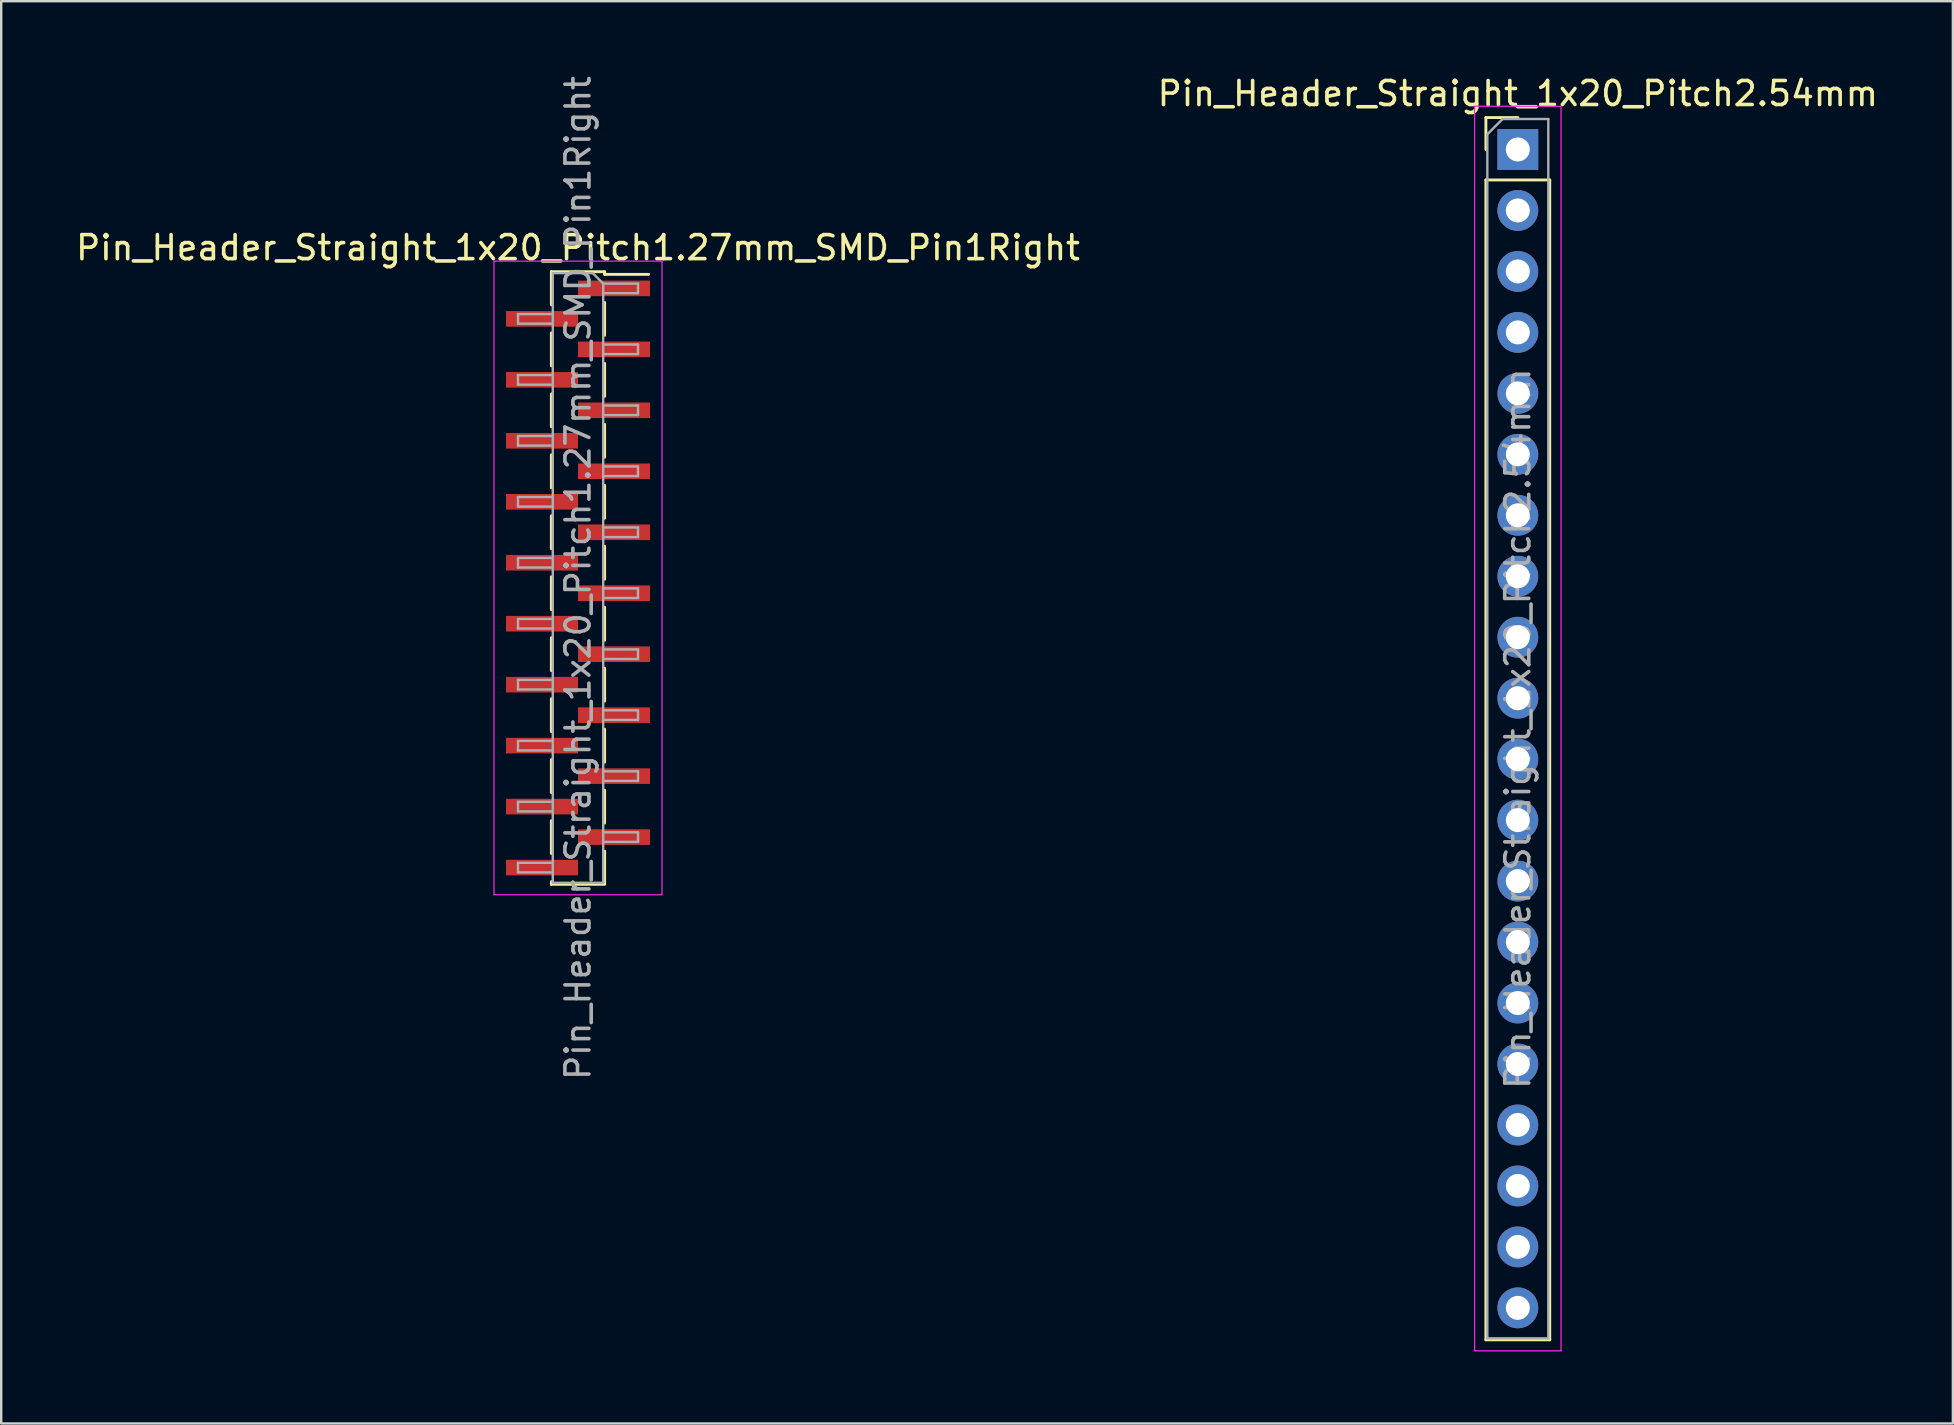
<source format=kicad_pcb>
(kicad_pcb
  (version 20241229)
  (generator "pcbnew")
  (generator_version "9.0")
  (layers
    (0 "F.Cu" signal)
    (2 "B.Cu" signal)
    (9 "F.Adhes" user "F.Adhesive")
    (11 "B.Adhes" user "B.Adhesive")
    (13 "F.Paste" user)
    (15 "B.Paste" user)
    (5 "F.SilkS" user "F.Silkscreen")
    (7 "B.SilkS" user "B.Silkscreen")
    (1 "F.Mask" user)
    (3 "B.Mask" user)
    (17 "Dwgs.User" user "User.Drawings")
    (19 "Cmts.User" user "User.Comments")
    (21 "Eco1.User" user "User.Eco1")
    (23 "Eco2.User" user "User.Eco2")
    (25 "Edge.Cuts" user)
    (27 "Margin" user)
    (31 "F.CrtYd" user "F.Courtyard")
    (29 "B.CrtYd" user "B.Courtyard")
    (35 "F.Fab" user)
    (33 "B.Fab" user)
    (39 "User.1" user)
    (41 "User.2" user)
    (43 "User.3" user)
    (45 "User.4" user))
  (footprint "Pin_Header_Straight_1x20_Pitch2.54mm"
    (layer "F.Cu")
    (at 60.185 3.178)
    (property "Reference" "Pin_Header_Straight_1x20_Pitch2.54mm" (at 0 -2.33 0) (layer "F.SilkS") (effects (font (size 1 1) (thickness 0.15))))
    (attr through_hole)
    (fp_line (start -1.33 -1.33) (end 0 -1.33) (stroke (width 0.12) (type solid)) (layer "F.SilkS"))
    (fp_line (start -1.33 0) (end -1.33 -1.33) (stroke (width 0.12) (type solid)) (layer "F.SilkS"))
    (fp_line (start -1.33 1.27) (end -1.33 49.59) (stroke (width 0.12) (type solid)) (layer "F.SilkS"))
    (fp_line (start -1.33 1.27) (end 1.33 1.27) (stroke (width 0.12) (type solid)) (layer "F.SilkS"))
    (fp_line (start -1.33 49.59) (end 1.33 49.59) (stroke (width 0.12) (type solid)) (layer "F.SilkS"))
    (fp_line (start 1.33 1.27) (end 1.33 49.59) (stroke (width 0.12) (type solid)) (layer "F.SilkS"))
    (fp_line (start -1.8 -1.8) (end -1.8 50.05) (stroke (width 0.05) (type solid)) (layer "F.CrtYd"))
    (fp_line (start -1.8 50.05) (end 1.8 50.05) (stroke (width 0.05) (type solid)) (layer "F.CrtYd"))
    (fp_line (start 1.8 -1.8) (end -1.8 -1.8) (stroke (width 0.05) (type solid)) (layer "F.CrtYd"))
    (fp_line (start 1.8 50.05) (end 1.8 -1.8) (stroke (width 0.05) (type solid)) (layer "F.CrtYd"))
    (fp_line (start -1.27 -0.635) (end -0.635 -1.27) (stroke (width 0.1) (type solid)) (layer "F.Fab"))
    (fp_line (start -1.27 49.53) (end -1.27 -0.635) (stroke (width 0.1) (type solid)) (layer "F.Fab"))
    (fp_line (start -0.635 -1.27) (end 1.27 -1.27) (stroke (width 0.1) (type solid)) (layer "F.Fab"))
    (fp_line (start 1.27 -1.27) (end 1.27 49.53) (stroke (width 0.1) (type solid)) (layer "F.Fab"))
    (fp_line (start 1.27 49.53) (end -1.27 49.53) (stroke (width 0.1) (type solid)) (layer "F.Fab"))
    (fp_text user "${REFERENCE}" (at 0 24.13 90) (layer "F.Fab") (effects (font (size 1 1) (thickness 0.15))))
    (pad "1" thru_hole rect (at 0 0) (size 1.7 1.7) (drill 1) (layers "*.Cu" "*.Mask"))
    (pad "2" thru_hole oval (at 0 2.54) (size 1.7 1.7) (drill 1) (layers "*.Cu" "*.Mask"))
    (pad "3" thru_hole oval (at 0 5.08) (size 1.7 1.7) (drill 1) (layers "*.Cu" "*.Mask"))
    (pad "4" thru_hole oval (at 0 7.62) (size 1.7 1.7) (drill 1) (layers "*.Cu" "*.Mask"))
    (pad "5" thru_hole oval (at 0 10.16) (size 1.7 1.7) (drill 1) (layers "*.Cu" "*.Mask"))
    (pad "6" thru_hole oval (at 0 12.7) (size 1.7 1.7) (drill 1) (layers "*.Cu" "*.Mask"))
    (pad "7" thru_hole oval (at 0 15.24) (size 1.7 1.7) (drill 1) (layers "*.Cu" "*.Mask"))
    (pad "8" thru_hole oval (at 0 17.78) (size 1.7 1.7) (drill 1) (layers "*.Cu" "*.Mask"))
    (pad "9" thru_hole oval (at 0 20.32) (size 1.7 1.7) (drill 1) (layers "*.Cu" "*.Mask"))
    (pad "10" thru_hole oval (at 0 22.86) (size 1.7 1.7) (drill 1) (layers "*.Cu" "*.Mask"))
    (pad "11" thru_hole oval (at 0 25.4) (size 1.7 1.7) (drill 1) (layers "*.Cu" "*.Mask"))
    (pad "12" thru_hole oval (at 0 27.94) (size 1.7 1.7) (drill 1) (layers "*.Cu" "*.Mask"))
    (pad "13" thru_hole oval (at 0 30.48) (size 1.7 1.7) (drill 1) (layers "*.Cu" "*.Mask"))
    (pad "14" thru_hole oval (at 0 33.02) (size 1.7 1.7) (drill 1) (layers "*.Cu" "*.Mask"))
    (pad "15" thru_hole oval (at 0 35.56) (size 1.7 1.7) (drill 1) (layers "*.Cu" "*.Mask"))
    (pad "16" thru_hole oval (at 0 38.1) (size 1.7 1.7) (drill 1) (layers "*.Cu" "*.Mask"))
    (pad "17" thru_hole oval (at 0 40.64) (size 1.7 1.7) (drill 1) (layers "*.Cu" "*.Mask"))
    (pad "18" thru_hole oval (at 0 43.18) (size 1.7 1.7) (drill 1) (layers "*.Cu" "*.Mask"))
    (pad "19" thru_hole oval (at 0 45.72) (size 1.7 1.7) (drill 1) (layers "*.Cu" "*.Mask"))
    (pad "20" thru_hole oval (at 0 48.26) (size 1.7 1.7) (drill 1) (layers "*.Cu" "*.Mask")))
  (footprint "Pin_Header_Straight_1x20_Pitch1.27mm_SMD_Pin1Right"
    (layer "F.Cu")
    (at 21.03 21.03)
    (property "Reference" "Pin_Header_Straight_1x20_Pitch1.27mm_SMD_Pin1Right" (at 0 -13.76 0) (layer "F.SilkS") (effects (font (size 1 1) (thickness 0.15))))
    (attr smd)
    (fp_line (start -1.11 -12.76) (end 1.11 -12.76) (stroke (width 0.12) (type solid)) (layer "F.SilkS"))
    (fp_line (start -1.11 -12.75) (end -1.11 -11.38) (stroke (width 0.12) (type solid)) (layer "F.SilkS"))
    (fp_line (start -1.11 -10.21) (end -1.11 -8.84) (stroke (width 0.12) (type solid)) (layer "F.SilkS"))
    (fp_line (start -1.11 -7.67) (end -1.11 -6.3) (stroke (width 0.12) (type solid)) (layer "F.SilkS"))
    (fp_line (start -1.11 -5.13) (end -1.11 -3.76) (stroke (width 0.12) (type solid)) (layer "F.SilkS"))
    (fp_line (start -1.11 -2.59) (end -1.11 -1.22) (stroke (width 0.12) (type solid)) (layer "F.SilkS"))
    (fp_line (start -1.11 -0.05) (end -1.11 1.32) (stroke (width 0.12) (type solid)) (layer "F.SilkS"))
    (fp_line (start -1.11 2.49) (end -1.11 3.86) (stroke (width 0.12) (type solid)) (layer "F.SilkS"))
    (fp_line (start -1.11 5.03) (end -1.11 6.4) (stroke (width 0.12) (type solid)) (layer "F.SilkS"))
    (fp_line (start -1.11 7.57) (end -1.11 8.94) (stroke (width 0.12) (type solid)) (layer "F.SilkS"))
    (fp_line (start -1.11 10.11) (end -1.11 11.48) (stroke (width 0.12) (type solid)) (layer "F.SilkS"))
    (fp_line (start -1.11 12.65) (end -1.11 12.76) (stroke (width 0.12) (type solid)) (layer "F.SilkS"))
    (fp_line (start -1.11 12.76) (end 1.11 12.76) (stroke (width 0.12) (type solid)) (layer "F.SilkS"))
    (fp_line (start 1.11 -12.76) (end 1.11 -12.65) (stroke (width 0.12) (type solid)) (layer "F.SilkS"))
    (fp_line (start 1.11 -12.65) (end 2.94 -12.65) (stroke (width 0.12) (type solid)) (layer "F.SilkS"))
    (fp_line (start 1.11 -11.48) (end 1.11 -10.11) (stroke (width 0.12) (type solid)) (layer "F.SilkS"))
    (fp_line (start 1.11 -8.94) (end 1.11 -7.57) (stroke (width 0.12) (type solid)) (layer "F.SilkS"))
    (fp_line (start 1.11 -6.4) (end 1.11 -5.03) (stroke (width 0.12) (type solid)) (layer "F.SilkS"))
    (fp_line (start 1.11 -3.86) (end 1.11 -2.49) (stroke (width 0.12) (type solid)) (layer "F.SilkS"))
    (fp_line (start 1.11 -1.32) (end 1.11 0.05) (stroke (width 0.12) (type solid)) (layer "F.SilkS"))
    (fp_line (start 1.11 1.22) (end 1.11 2.59) (stroke (width 0.12) (type solid)) (layer "F.SilkS"))
    (fp_line (start 1.11 3.76) (end 1.11 5.13) (stroke (width 0.12) (type solid)) (layer "F.SilkS"))
    (fp_line (start 1.11 6.3) (end 1.11 7.67) (stroke (width 0.12) (type solid)) (layer "F.SilkS"))
    (fp_line (start 1.11 8.84) (end 1.11 10.21) (stroke (width 0.12) (type solid)) (layer "F.SilkS"))
    (fp_line (start 1.11 11.38) (end 1.11 12.75) (stroke (width 0.12) (type solid)) (layer "F.SilkS"))
    (fp_line (start -3.5 -13.2) (end -3.5 13.2) (stroke (width 0.05) (type solid)) (layer "F.CrtYd"))
    (fp_line (start -3.5 13.2) (end 3.5 13.2) (stroke (width 0.05) (type solid)) (layer "F.CrtYd"))
    (fp_line (start 3.5 -13.2) (end -3.5 -13.2) (stroke (width 0.05) (type solid)) (layer "F.CrtYd"))
    (fp_line (start 3.5 13.2) (end 3.5 -13.2) (stroke (width 0.05) (type solid)) (layer "F.CrtYd"))
    (fp_line (start -2.5 -10.995) (end -2.5 -10.595) (stroke (width 0.1) (type solid)) (layer "F.Fab"))
    (fp_line (start -2.5 -10.595) (end -1.05 -10.595) (stroke (width 0.1) (type solid)) (layer "F.Fab"))
    (fp_line (start -2.5 -8.455) (end -2.5 -8.055) (stroke (width 0.1) (type solid)) (layer "F.Fab"))
    (fp_line (start -2.5 -8.055) (end -1.05 -8.055) (stroke (width 0.1) (type solid)) (layer "F.Fab"))
    (fp_line (start -2.5 -5.915) (end -2.5 -5.515) (stroke (width 0.1) (type solid)) (layer "F.Fab"))
    (fp_line (start -2.5 -5.515) (end -1.05 -5.515) (stroke (width 0.1) (type solid)) (layer "F.Fab"))
    (fp_line (start -2.5 -3.375) (end -2.5 -2.975) (stroke (width 0.1) (type solid)) (layer "F.Fab"))
    (fp_line (start -2.5 -2.975) (end -1.05 -2.975) (stroke (width 0.1) (type solid)) (layer "F.Fab"))
    (fp_line (start -2.5 -0.835) (end -2.5 -0.435) (stroke (width 0.1) (type solid)) (layer "F.Fab"))
    (fp_line (start -2.5 -0.435) (end -1.05 -0.435) (stroke (width 0.1) (type solid)) (layer "F.Fab"))
    (fp_line (start -2.5 1.705) (end -2.5 2.105) (stroke (width 0.1) (type solid)) (layer "F.Fab"))
    (fp_line (start -2.5 2.105) (end -1.05 2.105) (stroke (width 0.1) (type solid)) (layer "F.Fab"))
    (fp_line (start -2.5 4.245) (end -2.5 4.645) (stroke (width 0.1) (type solid)) (layer "F.Fab"))
    (fp_line (start -2.5 4.645) (end -1.05 4.645) (stroke (width 0.1) (type solid)) (layer "F.Fab"))
    (fp_line (start -2.5 6.785) (end -2.5 7.185) (stroke (width 0.1) (type solid)) (layer "F.Fab"))
    (fp_line (start -2.5 7.185) (end -1.05 7.185) (stroke (width 0.1) (type solid)) (layer "F.Fab"))
    (fp_line (start -2.5 9.325) (end -2.5 9.725) (stroke (width 0.1) (type solid)) (layer "F.Fab"))
    (fp_line (start -2.5 9.725) (end -1.05 9.725) (stroke (width 0.1) (type solid)) (layer "F.Fab"))
    (fp_line (start -2.5 11.865) (end -2.5 12.265) (stroke (width 0.1) (type solid)) (layer "F.Fab"))
    (fp_line (start -2.5 12.265) (end -1.05 12.265) (stroke (width 0.1) (type solid)) (layer "F.Fab"))
    (fp_line (start -1.05 -12.7) (end -1.05 12.7) (stroke (width 0.1) (type solid)) (layer "F.Fab"))
    (fp_line (start -1.05 -12.7) (end 0.615 -12.7) (stroke (width 0.1) (type solid)) (layer "F.Fab"))
    (fp_line (start -1.05 -10.995) (end -2.5 -10.995) (stroke (width 0.1) (type solid)) (layer "F.Fab"))
    (fp_line (start -1.05 -8.455) (end -2.5 -8.455) (stroke (width 0.1) (type solid)) (layer "F.Fab"))
    (fp_line (start -1.05 -5.915) (end -2.5 -5.915) (stroke (width 0.1) (type solid)) (layer "F.Fab"))
    (fp_line (start -1.05 -3.375) (end -2.5 -3.375) (stroke (width 0.1) (type solid)) (layer "F.Fab"))
    (fp_line (start -1.05 -0.835) (end -2.5 -0.835) (stroke (width 0.1) (type solid)) (layer "F.Fab"))
    (fp_line (start -1.05 1.705) (end -2.5 1.705) (stroke (width 0.1) (type solid)) (layer "F.Fab"))
    (fp_line (start -1.05 4.245) (end -2.5 4.245) (stroke (width 0.1) (type solid)) (layer "F.Fab"))
    (fp_line (start -1.05 6.785) (end -2.5 6.785) (stroke (width 0.1) (type solid)) (layer "F.Fab"))
    (fp_line (start -1.05 9.325) (end -2.5 9.325) (stroke (width 0.1) (type solid)) (layer "F.Fab"))
    (fp_line (start -1.05 11.865) (end -2.5 11.865) (stroke (width 0.1) (type solid)) (layer "F.Fab"))
    (fp_line (start 1.05 -12.265) (end 0.615 -12.7) (stroke (width 0.1) (type solid)) (layer "F.Fab"))
    (fp_line (start 1.05 -12.265) (end 2.5 -12.265) (stroke (width 0.1) (type solid)) (layer "F.Fab"))
    (fp_line (start 1.05 -9.725) (end 2.5 -9.725) (stroke (width 0.1) (type solid)) (layer "F.Fab"))
    (fp_line (start 1.05 -7.185) (end 2.5 -7.185) (stroke (width 0.1) (type solid)) (layer "F.Fab"))
    (fp_line (start 1.05 -4.645) (end 2.5 -4.645) (stroke (width 0.1) (type solid)) (layer "F.Fab"))
    (fp_line (start 1.05 -2.105) (end 2.5 -2.105) (stroke (width 0.1) (type solid)) (layer "F.Fab"))
    (fp_line (start 1.05 0.435) (end 2.5 0.435) (stroke (width 0.1) (type solid)) (layer "F.Fab"))
    (fp_line (start 1.05 2.975) (end 2.5 2.975) (stroke (width 0.1) (type solid)) (layer "F.Fab"))
    (fp_line (start 1.05 5.515) (end 2.5 5.515) (stroke (width 0.1) (type solid)) (layer "F.Fab"))
    (fp_line (start 1.05 8.055) (end 2.5 8.055) (stroke (width 0.1) (type solid)) (layer "F.Fab"))
    (fp_line (start 1.05 10.595) (end 2.5 10.595) (stroke (width 0.1) (type solid)) (layer "F.Fab"))
    (fp_line (start 1.05 12.7) (end -1.05 12.7) (stroke (width 0.1) (type solid)) (layer "F.Fab"))
    (fp_line (start 1.05 12.7) (end 1.05 -12.265) (stroke (width 0.1) (type solid)) (layer "F.Fab"))
    (fp_line (start 2.5 -12.265) (end 2.5 -11.865) (stroke (width 0.1) (type solid)) (layer "F.Fab"))
    (fp_line (start 2.5 -11.865) (end 1.05 -11.865) (stroke (width 0.1) (type solid)) (layer "F.Fab"))
    (fp_line (start 2.5 -9.725) (end 2.5 -9.325) (stroke (width 0.1) (type solid)) (layer "F.Fab"))
    (fp_line (start 2.5 -9.325) (end 1.05 -9.325) (stroke (width 0.1) (type solid)) (layer "F.Fab"))
    (fp_line (start 2.5 -7.185) (end 2.5 -6.785) (stroke (width 0.1) (type solid)) (layer "F.Fab"))
    (fp_line (start 2.5 -6.785) (end 1.05 -6.785) (stroke (width 0.1) (type solid)) (layer "F.Fab"))
    (fp_line (start 2.5 -4.645) (end 2.5 -4.245) (stroke (width 0.1) (type solid)) (layer "F.Fab"))
    (fp_line (start 2.5 -4.245) (end 1.05 -4.245) (stroke (width 0.1) (type solid)) (layer "F.Fab"))
    (fp_line (start 2.5 -2.105) (end 2.5 -1.705) (stroke (width 0.1) (type solid)) (layer "F.Fab"))
    (fp_line (start 2.5 -1.705) (end 1.05 -1.705) (stroke (width 0.1) (type solid)) (layer "F.Fab"))
    (fp_line (start 2.5 0.435) (end 2.5 0.835) (stroke (width 0.1) (type solid)) (layer "F.Fab"))
    (fp_line (start 2.5 0.835) (end 1.05 0.835) (stroke (width 0.1) (type solid)) (layer "F.Fab"))
    (fp_line (start 2.5 2.975) (end 2.5 3.375) (stroke (width 0.1) (type solid)) (layer "F.Fab"))
    (fp_line (start 2.5 3.375) (end 1.05 3.375) (stroke (width 0.1) (type solid)) (layer "F.Fab"))
    (fp_line (start 2.5 5.515) (end 2.5 5.915) (stroke (width 0.1) (type solid)) (layer "F.Fab"))
    (fp_line (start 2.5 5.915) (end 1.05 5.915) (stroke (width 0.1) (type solid)) (layer "F.Fab"))
    (fp_line (start 2.5 8.055) (end 2.5 8.455) (stroke (width 0.1) (type solid)) (layer "F.Fab"))
    (fp_line (start 2.5 8.455) (end 1.05 8.455) (stroke (width 0.1) (type solid)) (layer "F.Fab"))
    (fp_line (start 2.5 10.595) (end 2.5 10.995) (stroke (width 0.1) (type solid)) (layer "F.Fab"))
    (fp_line (start 2.5 10.995) (end 1.05 10.995) (stroke (width 0.1) (type solid)) (layer "F.Fab"))
    (fp_text user "${REFERENCE}" (at 0 0 90) (layer "F.Fab") (effects (font (size 1 1) (thickness 0.15))))
    (pad "1" smd rect (at 1.5 -12.065) (size 3 0.65) (layers "F.Cu" "F.Mask" "F.Paste"))
    (pad "2" smd rect (at -1.5 -10.795) (size 3 0.65) (layers "F.Cu" "F.Mask" "F.Paste"))
    (pad "3" smd rect (at 1.5 -9.525) (size 3 0.65) (layers "F.Cu" "F.Mask" "F.Paste"))
    (pad "4" smd rect (at -1.5 -8.255) (size 3 0.65) (layers "F.Cu" "F.Mask" "F.Paste"))
    (pad "5" smd rect (at 1.5 -6.985) (size 3 0.65) (layers "F.Cu" "F.Mask" "F.Paste"))
    (pad "6" smd rect (at -1.5 -5.715) (size 3 0.65) (layers "F.Cu" "F.Mask" "F.Paste"))
    (pad "7" smd rect (at 1.5 -4.445) (size 3 0.65) (layers "F.Cu" "F.Mask" "F.Paste"))
    (pad "8" smd rect (at -1.5 -3.175) (size 3 0.65) (layers "F.Cu" "F.Mask" "F.Paste"))
    (pad "9" smd rect (at 1.5 -1.905) (size 3 0.65) (layers "F.Cu" "F.Mask" "F.Paste"))
    (pad "10" smd rect (at -1.5 -0.635) (size 3 0.65) (layers "F.Cu" "F.Mask" "F.Paste"))
    (pad "11" smd rect (at 1.5 0.635) (size 3 0.65) (layers "F.Cu" "F.Mask" "F.Paste"))
    (pad "12" smd rect (at -1.5 1.905) (size 3 0.65) (layers "F.Cu" "F.Mask" "F.Paste"))
    (pad "13" smd rect (at 1.5 3.175) (size 3 0.65) (layers "F.Cu" "F.Mask" "F.Paste"))
    (pad "14" smd rect (at -1.5 4.445) (size 3 0.65) (layers "F.Cu" "F.Mask" "F.Paste"))
    (pad "15" smd rect (at 1.5 5.715) (size 3 0.65) (layers "F.Cu" "F.Mask" "F.Paste"))
    (pad "16" smd rect (at -1.5 6.985) (size 3 0.65) (layers "F.Cu" "F.Mask" "F.Paste"))
    (pad "17" smd rect (at 1.5 8.255) (size 3 0.65) (layers "F.Cu" "F.Mask" "F.Paste"))
    (pad "18" smd rect (at -1.5 9.525) (size 3 0.65) (layers "F.Cu" "F.Mask" "F.Paste"))
    (pad "19" smd rect (at 1.5 10.795) (size 3 0.65) (layers "F.Cu" "F.Mask" "F.Paste"))
    (pad "20" smd rect (at -1.5 12.065) (size 3 0.65) (layers "F.Cu" "F.Mask" "F.Paste")))
  (gr_rect
    (start -3 -3)
    (end 78.31 56.253)
    (stroke (width 0.1) (type default))
    (fill no)
    (layer "Edge.Cuts")))
</source>
